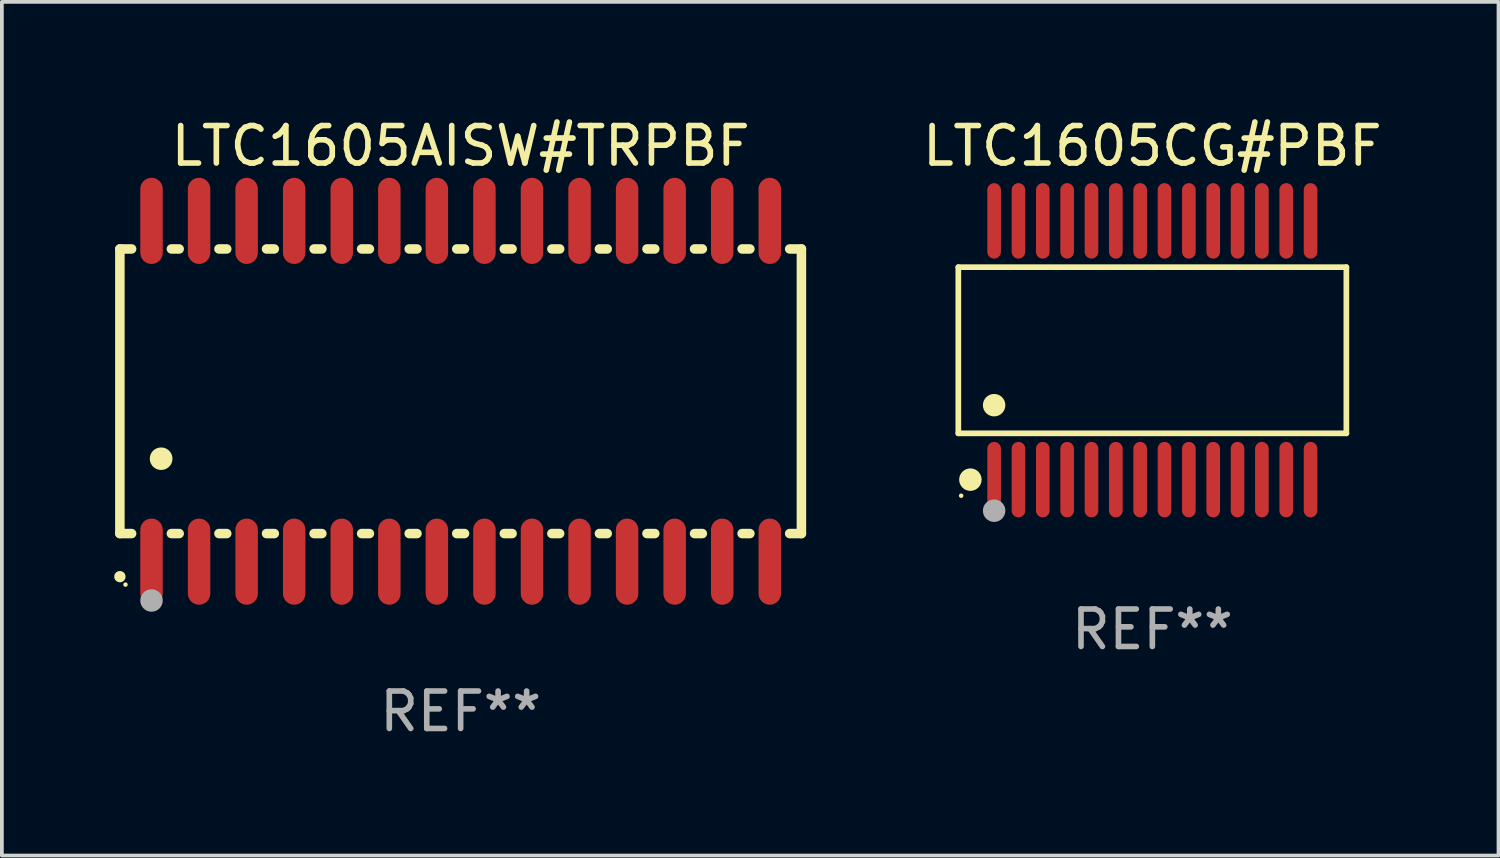
<source format=kicad_pcb>
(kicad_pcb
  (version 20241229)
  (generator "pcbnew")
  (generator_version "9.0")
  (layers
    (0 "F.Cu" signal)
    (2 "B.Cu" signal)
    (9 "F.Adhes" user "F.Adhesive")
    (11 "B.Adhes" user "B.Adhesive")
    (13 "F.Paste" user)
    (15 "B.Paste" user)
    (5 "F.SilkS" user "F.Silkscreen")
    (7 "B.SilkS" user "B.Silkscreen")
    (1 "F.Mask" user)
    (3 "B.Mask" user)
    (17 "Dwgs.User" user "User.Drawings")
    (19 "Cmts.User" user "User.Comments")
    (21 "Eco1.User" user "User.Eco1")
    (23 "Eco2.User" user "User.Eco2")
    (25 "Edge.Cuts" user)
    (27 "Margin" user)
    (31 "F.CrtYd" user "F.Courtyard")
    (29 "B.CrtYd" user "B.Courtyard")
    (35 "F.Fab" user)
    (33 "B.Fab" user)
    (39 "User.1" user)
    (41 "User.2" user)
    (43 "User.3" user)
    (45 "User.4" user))
  (footprint "LTC1605AISW#TRPBF"
    (layer "F.Cu")
    (at 9.251 7.398)
    (property "Reference" "LTC1605AISW#TRPBF" (at 0 -6.55 0) (layer "F.SilkS") (effects (font (size 1 1) (thickness 0.15))))
    (attr through_hole)
    (fp_line (start -9.1 -3.8) (end -9.1 3.8) (stroke (width 0.254) (type solid)) (layer "F.SilkS"))
    (fp_line (start -9.1 -3.8) (end -8.786 -3.8) (stroke (width 0.254) (type solid)) (layer "F.SilkS"))
    (fp_line (start -9.1 3.8) (end -8.786 3.8) (stroke (width 0.254) (type solid)) (layer "F.SilkS"))
    (fp_line (start -7.724 -3.8) (end -7.516 -3.8) (stroke (width 0.254) (type solid)) (layer "F.SilkS"))
    (fp_line (start -7.724 3.8) (end -7.516 3.8) (stroke (width 0.254) (type solid)) (layer "F.SilkS"))
    (fp_line (start -6.454 -3.8) (end -6.246 -3.8) (stroke (width 0.254) (type solid)) (layer "F.SilkS"))
    (fp_line (start -6.454 3.8) (end -6.246 3.8) (stroke (width 0.254) (type solid)) (layer "F.SilkS"))
    (fp_line (start -5.184 -3.8) (end -4.976 -3.8) (stroke (width 0.254) (type solid)) (layer "F.SilkS"))
    (fp_line (start -5.184 3.8) (end -4.976 3.8) (stroke (width 0.254) (type solid)) (layer "F.SilkS"))
    (fp_line (start -3.914 -3.8) (end -3.706 -3.8) (stroke (width 0.254) (type solid)) (layer "F.SilkS"))
    (fp_line (start -3.914 3.8) (end -3.706 3.8) (stroke (width 0.254) (type solid)) (layer "F.SilkS"))
    (fp_line (start -2.644 -3.8) (end -2.436 -3.8) (stroke (width 0.254) (type solid)) (layer "F.SilkS"))
    (fp_line (start -2.644 3.8) (end -2.436 3.8) (stroke (width 0.254) (type solid)) (layer "F.SilkS"))
    (fp_line (start -1.374 -3.8) (end -1.166 -3.8) (stroke (width 0.254) (type solid)) (layer "F.SilkS"))
    (fp_line (start -1.374 3.8) (end -1.166 3.8) (stroke (width 0.254) (type solid)) (layer "F.SilkS"))
    (fp_line (start -0.104 -3.8) (end 0.104 -3.8) (stroke (width 0.254) (type solid)) (layer "F.SilkS"))
    (fp_line (start -0.104 3.8) (end 0.104 3.8) (stroke (width 0.254) (type solid)) (layer "F.SilkS"))
    (fp_line (start 1.166 -3.8) (end 1.374 -3.8) (stroke (width 0.254) (type solid)) (layer "F.SilkS"))
    (fp_line (start 1.166 3.8) (end 1.374 3.8) (stroke (width 0.254) (type solid)) (layer "F.SilkS"))
    (fp_line (start 2.436 -3.8) (end 2.644 -3.8) (stroke (width 0.254) (type solid)) (layer "F.SilkS"))
    (fp_line (start 2.436 3.8) (end 2.644 3.8) (stroke (width 0.254) (type solid)) (layer "F.SilkS"))
    (fp_line (start 3.706 -3.8) (end 3.914 -3.8) (stroke (width 0.254) (type solid)) (layer "F.SilkS"))
    (fp_line (start 3.706 3.8) (end 3.914 3.8) (stroke (width 0.254) (type solid)) (layer "F.SilkS"))
    (fp_line (start 4.976 -3.8) (end 5.184 -3.8) (stroke (width 0.254) (type solid)) (layer "F.SilkS"))
    (fp_line (start 4.976 3.8) (end 5.184 3.8) (stroke (width 0.254) (type solid)) (layer "F.SilkS"))
    (fp_line (start 6.246 -3.8) (end 6.454 -3.8) (stroke (width 0.254) (type solid)) (layer "F.SilkS"))
    (fp_line (start 6.246 3.8) (end 6.454 3.8) (stroke (width 0.254) (type solid)) (layer "F.SilkS"))
    (fp_line (start 7.516 -3.8) (end 7.724 -3.8) (stroke (width 0.254) (type solid)) (layer "F.SilkS"))
    (fp_line (start 7.516 3.8) (end 7.724 3.8) (stroke (width 0.254) (type solid)) (layer "F.SilkS"))
    (fp_line (start 8.786 -3.8) (end 9.1 -3.8) (stroke (width 0.254) (type solid)) (layer "F.SilkS"))
    (fp_line (start 8.786 3.8) (end 9.1 3.8) (stroke (width 0.254) (type solid)) (layer "F.SilkS"))
    (fp_line (start 9.1 -3.8) (end 9.1 3.8) (stroke (width 0.254) (type solid)) (layer "F.SilkS"))
    (fp_arc (start -9.100864 4.95047) (mid -9.099594 4.950465) (end -9.098324 4.95047) (stroke (width 0.3) (type solid)) (layer "F.SilkS"))
    (fp_arc (start -8.001041 1.800864) (mid -7.998501 1.800853) (end -7.995961 1.800864) (stroke (width 0.6) (type solid)) (layer "F.SilkS"))
    (fp_circle (center -8.95 5.163) (end -8.92 5.163) (stroke (width 0.06) (type solid)) (fill no) (layer "F.SilkS"))
    (fp_circle (center -8.255 5.588) (end -8.105 5.588) (stroke (width 0.3) (type solid)) (fill no) (layer "F.Fab"))
    (fp_text user "REF**" (at 0 8.55 0) (layer "F.Fab") (effects (font (size 1 1) (thickness 0.15))))
    (pad "1" smd oval (at -8.255 4.55 180) (size 0.6 2.3) (layers "F.Cu" "F.Mask" "F.Paste"))
    (pad "2" smd oval (at -6.985 4.55 180) (size 0.6 2.3) (layers "F.Cu" "F.Mask" "F.Paste"))
    (pad "3" smd oval (at -5.715 4.55 180) (size 0.6 2.3) (layers "F.Cu" "F.Mask" "F.Paste"))
    (pad "4" smd oval (at -4.445 4.55 180) (size 0.6 2.3) (layers "F.Cu" "F.Mask" "F.Paste"))
    (pad "5" smd oval (at -3.175 4.55 180) (size 0.6 2.3) (layers "F.Cu" "F.Mask" "F.Paste"))
    (pad "6" smd oval (at -1.905 4.55 180) (size 0.6 2.3) (layers "F.Cu" "F.Mask" "F.Paste"))
    (pad "7" smd oval (at -0.635 4.55 180) (size 0.6 2.3) (layers "F.Cu" "F.Mask" "F.Paste"))
    (pad "8" smd oval (at 0.635 4.55 180) (size 0.6 2.3) (layers "F.Cu" "F.Mask" "F.Paste"))
    (pad "9" smd oval (at 1.905 4.55 180) (size 0.6 2.3) (layers "F.Cu" "F.Mask" "F.Paste"))
    (pad "10" smd oval (at 3.175 4.55 180) (size 0.6 2.3) (layers "F.Cu" "F.Mask" "F.Paste"))
    (pad "11" smd oval (at 4.445 4.55 180) (size 0.6 2.3) (layers "F.Cu" "F.Mask" "F.Paste"))
    (pad "12" smd oval (at 5.715 4.55 180) (size 0.6 2.3) (layers "F.Cu" "F.Mask" "F.Paste"))
    (pad "13" smd oval (at 6.985 4.55 180) (size 0.6 2.3) (layers "F.Cu" "F.Mask" "F.Paste"))
    (pad "14" smd oval (at 8.255 4.55 180) (size 0.6 2.3) (layers "F.Cu" "F.Mask" "F.Paste"))
    (pad "15" smd oval (at 8.255 -4.55 180) (size 0.6 2.3) (layers "F.Cu" "F.Mask" "F.Paste"))
    (pad "16" smd oval (at 6.985 -4.55 180) (size 0.6 2.3) (layers "F.Cu" "F.Mask" "F.Paste"))
    (pad "17" smd oval (at 5.715 -4.55 180) (size 0.6 2.3) (layers "F.Cu" "F.Mask" "F.Paste"))
    (pad "18" smd oval (at 4.445 -4.55 180) (size 0.6 2.3) (layers "F.Cu" "F.Mask" "F.Paste"))
    (pad "19" smd oval (at 3.175 -4.55 180) (size 0.6 2.3) (layers "F.Cu" "F.Mask" "F.Paste"))
    (pad "20" smd oval (at 1.905 -4.55 180) (size 0.6 2.3) (layers "F.Cu" "F.Mask" "F.Paste"))
    (pad "21" smd oval (at 0.635 -4.55 180) (size 0.6 2.3) (layers "F.Cu" "F.Mask" "F.Paste"))
    (pad "22" smd oval (at -0.635 -4.55 180) (size 0.6 2.3) (layers "F.Cu" "F.Mask" "F.Paste"))
    (pad "23" smd oval (at -1.905 -4.55 180) (size 0.6 2.3) (layers "F.Cu" "F.Mask" "F.Paste"))
    (pad "24" smd oval (at -3.175 -4.55 180) (size 0.6 2.3) (layers "F.Cu" "F.Mask" "F.Paste"))
    (pad "25" smd oval (at -4.445 -4.55 180) (size 0.6 2.3) (layers "F.Cu" "F.Mask" "F.Paste"))
    (pad "26" smd oval (at -5.715 -4.55 180) (size 0.6 2.3) (layers "F.Cu" "F.Mask" "F.Paste"))
    (pad "27" smd oval (at -6.985 -4.55 180) (size 0.6 2.3) (layers "F.Cu" "F.Mask" "F.Paste"))
    (pad "28" smd oval (at -8.255 -4.55 180) (size 0.6 2.3) (layers "F.Cu" "F.Mask" "F.Paste")))
  (footprint "LTC1605CG#PBF"
    (layer "F.Cu")
    (at 27.722 6.303)
    (property "Reference" "LTC1605CG#PBF" (at 0 -5.455 0) (layer "F.SilkS") (effects (font (size 1 1) (thickness 0.15))))
    (attr through_hole)
    (fp_line (start -5.181 -2.219) (end 5.181 -2.219) (stroke (width 0.152) (type solid)) (layer "F.SilkS"))
    (fp_line (start -5.181 2.219) (end -5.181 -2.219) (stroke (width 0.152) (type solid)) (layer "F.SilkS"))
    (fp_line (start 5.181 -2.219) (end 5.181 2.219) (stroke (width 0.152) (type solid)) (layer "F.SilkS"))
    (fp_line (start 5.181 2.219) (end -5.181 2.219) (stroke (width 0.152) (type solid)) (layer "F.SilkS"))
    (fp_circle (center -5.105 3.885) (end -5.075 3.885) (stroke (width 0.06) (type solid)) (fill no) (layer "F.SilkS"))
    (fp_circle (center -4.859 3.455) (end -4.709 3.455) (stroke (width 0.3) (type solid)) (fill no) (layer "F.SilkS"))
    (fp_circle (center -4.225 1.467) (end -4.075 1.467) (stroke (width 0.3) (type solid)) (fill no) (layer "F.SilkS"))
    (fp_circle (center -4.225 4.285) (end -4.075 4.285) (stroke (width 0.3) (type solid)) (fill no) (layer "F.Fab"))
    (fp_text user "REF**" (at 0 7.455 0) (layer "F.Fab") (effects (font (size 1 1) (thickness 0.15))))
    (pad "1" smd oval (at -4.225 3.455) (size 0.364 2.015) (layers "F.Cu" "F.Mask" "F.Paste"))
    (pad "2" smd oval (at -3.575 3.455) (size 0.364 2.015) (layers "F.Cu" "F.Mask" "F.Paste"))
    (pad "3" smd oval (at -2.925 3.455) (size 0.364 2.015) (layers "F.Cu" "F.Mask" "F.Paste"))
    (pad "4" smd oval (at -2.275 3.455) (size 0.364 2.015) (layers "F.Cu" "F.Mask" "F.Paste"))
    (pad "5" smd oval (at -1.625 3.455) (size 0.364 2.015) (layers "F.Cu" "F.Mask" "F.Paste"))
    (pad "6" smd oval (at -0.975 3.455) (size 0.364 2.015) (layers "F.Cu" "F.Mask" "F.Paste"))
    (pad "7" smd oval (at -0.325 3.455) (size 0.364 2.015) (layers "F.Cu" "F.Mask" "F.Paste"))
    (pad "8" smd oval (at 0.325 3.455) (size 0.364 2.015) (layers "F.Cu" "F.Mask" "F.Paste"))
    (pad "9" smd oval (at 0.975 3.455) (size 0.364 2.015) (layers "F.Cu" "F.Mask" "F.Paste"))
    (pad "10" smd oval (at 1.625 3.455) (size 0.364 2.015) (layers "F.Cu" "F.Mask" "F.Paste"))
    (pad "11" smd oval (at 2.275 3.455) (size 0.364 2.015) (layers "F.Cu" "F.Mask" "F.Paste"))
    (pad "12" smd oval (at 2.925 3.455) (size 0.364 2.015) (layers "F.Cu" "F.Mask" "F.Paste"))
    (pad "13" smd oval (at 3.575 3.455) (size 0.364 2.015) (layers "F.Cu" "F.Mask" "F.Paste"))
    (pad "14" smd oval (at 4.225 3.455) (size 0.364 2.015) (layers "F.Cu" "F.Mask" "F.Paste"))
    (pad "15" smd oval (at 4.225 -3.455) (size 0.364 2.015) (layers "F.Cu" "F.Mask" "F.Paste"))
    (pad "16" smd oval (at 3.575 -3.455) (size 0.364 2.015) (layers "F.Cu" "F.Mask" "F.Paste"))
    (pad "17" smd oval (at 2.925 -3.455) (size 0.364 2.015) (layers "F.Cu" "F.Mask" "F.Paste"))
    (pad "18" smd oval (at 2.275 -3.455) (size 0.364 2.015) (layers "F.Cu" "F.Mask" "F.Paste"))
    (pad "19" smd oval (at 1.625 -3.455) (size 0.364 2.015) (layers "F.Cu" "F.Mask" "F.Paste"))
    (pad "20" smd oval (at 0.975 -3.455) (size 0.364 2.015) (layers "F.Cu" "F.Mask" "F.Paste"))
    (pad "21" smd oval (at 0.325 -3.455) (size 0.364 2.015) (layers "F.Cu" "F.Mask" "F.Paste"))
    (pad "22" smd oval (at -0.325 -3.455) (size 0.364 2.015) (layers "F.Cu" "F.Mask" "F.Paste"))
    (pad "23" smd oval (at -0.975 -3.455) (size 0.364 2.015) (layers "F.Cu" "F.Mask" "F.Paste"))
    (pad "24" smd oval (at -1.625 -3.455) (size 0.364 2.015) (layers "F.Cu" "F.Mask" "F.Paste"))
    (pad "25" smd oval (at -2.275 -3.455) (size 0.364 2.015) (layers "F.Cu" "F.Mask" "F.Paste"))
    (pad "26" smd oval (at -2.925 -3.455) (size 0.364 2.015) (layers "F.Cu" "F.Mask" "F.Paste"))
    (pad "27" smd oval (at -3.575 -3.455) (size 0.364 2.015) (layers "F.Cu" "F.Mask" "F.Paste"))
    (pad "28" smd oval (at -4.225 -3.455) (size 0.364 2.015) (layers "F.Cu" "F.Mask" "F.Paste")))
  (gr_rect
    (start -3 -3)
    (end 36.966 19.796)
    (stroke (width 0.1) (type default))
    (fill no)
    (layer "Edge.Cuts")))
</source>
